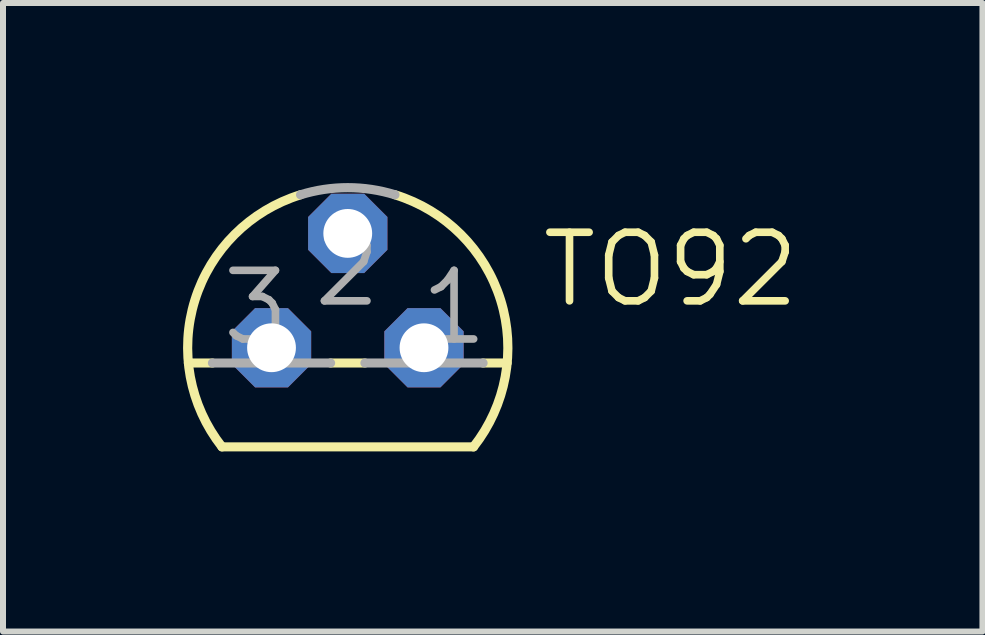
<source format=kicad_pcb>
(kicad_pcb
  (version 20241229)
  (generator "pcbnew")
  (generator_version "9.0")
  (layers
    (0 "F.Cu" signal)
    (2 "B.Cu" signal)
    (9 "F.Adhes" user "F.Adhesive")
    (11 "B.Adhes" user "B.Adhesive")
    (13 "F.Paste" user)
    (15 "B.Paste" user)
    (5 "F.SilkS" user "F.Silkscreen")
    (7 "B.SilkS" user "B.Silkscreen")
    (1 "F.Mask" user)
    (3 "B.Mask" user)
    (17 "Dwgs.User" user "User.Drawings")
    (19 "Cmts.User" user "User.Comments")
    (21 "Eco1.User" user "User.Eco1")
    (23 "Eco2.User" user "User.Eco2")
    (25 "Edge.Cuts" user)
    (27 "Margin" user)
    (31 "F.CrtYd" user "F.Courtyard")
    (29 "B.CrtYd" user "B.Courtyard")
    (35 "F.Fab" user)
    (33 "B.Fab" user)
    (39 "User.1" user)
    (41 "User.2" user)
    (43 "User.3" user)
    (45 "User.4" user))
  (footprint "TO92"
    (layer "F.Cu")
    (at 2.743 2.743)
    (property "Reference" "TO92" (at 3.175 -0.635 0) (unlocked yes) (layer "F.SilkS") (effects (font (size 1.143 1.143) (thickness 0.127)) (justify left bottom)))
    (fp_line (start -2.655 0.254) (end -2.254 0.254) (stroke (width 0.152) (type solid)) (layer "F.SilkS"))
    (fp_line (start -2.095 1.651) (end 2.095 1.651) (stroke (width 0.152) (type solid)) (layer "F.SilkS"))
    (fp_line (start -0.286 0.254) (end 0.286 0.254) (stroke (width 0.152) (type solid)) (layer "F.SilkS"))
    (fp_line (start 2.254 0.254) (end 2.655 0.254) (stroke (width 0.152) (type solid)) (layer "F.SilkS"))
    (fp_arc (start -2.0946 1.651) (mid -2.54634 -0.793276) (end -0.7863 -2.5485) (stroke (width 0.1524) (type solid)) (layer "F.SilkS"))
    (fp_arc (start 0.7868 -2.5484) (mid 2.546775 -0.793203) (end 2.094999 1.651) (stroke (width 0.1524) (type solid)) (layer "F.SilkS"))
    (fp_line (start -2.254 0.254) (end -0.286 0.254) (stroke (width 0.152) (type solid)) (layer "F.Fab"))
    (fp_line (start 0.286 0.254) (end 2.254 0.254) (stroke (width 0.152) (type solid)) (layer "F.Fab"))
    (fp_arc (start -0.7863 -2.5485) (mid 0 -2.667043) (end 0.7863 -2.5485) (stroke (width 0.1524) (type solid)) (layer "F.Fab"))
    (fp_text user "1" (at 1.143 0 0) (unlocked yes) (layer "F.Fab") (effects (font (size 1.143 1.143) (thickness 0.127)) (justify left bottom)))
    (fp_text user "2" (at -0.635 -0.635 0) (unlocked yes) (layer "F.Fab") (effects (font (size 1.143 1.143) (thickness 0.127)) (justify left bottom)))
    (fp_text user "3" (at -2.159 0 0) (unlocked yes) (layer "F.Fab") (effects (font (size 1.143 1.143) (thickness 0.127)) (justify left bottom)))
    (pad "1" thru_hole roundrect (at 1.27 0) (size 1.321 1.321) (drill 0.813) (layers "*.Cu" "*.Mask") (roundrect_rratio 0.25) (chamfer_ratio 0.293) (chamfer top_left top_right bottom_left bottom_right))
    (pad "2" thru_hole roundrect (at 0 -1.905) (size 1.321 1.321) (drill 0.813) (layers "*.Cu" "*.Mask") (roundrect_rratio 0.25) (chamfer_ratio 0.293) (chamfer top_left top_right bottom_left bottom_right))
    (pad "3" thru_hole roundrect (at -1.27 0) (size 1.321 1.321) (drill 0.813) (layers "*.Cu" "*.Mask") (roundrect_rratio 0.25) (chamfer_ratio 0.293) (chamfer top_left top_right bottom_left bottom_right)))
  (gr_rect
    (start -3 -3)
    (end 13.316 7.47)
    (stroke (width 0.1) (type default))
    (fill no)
    (layer "Edge.Cuts")))
</source>
